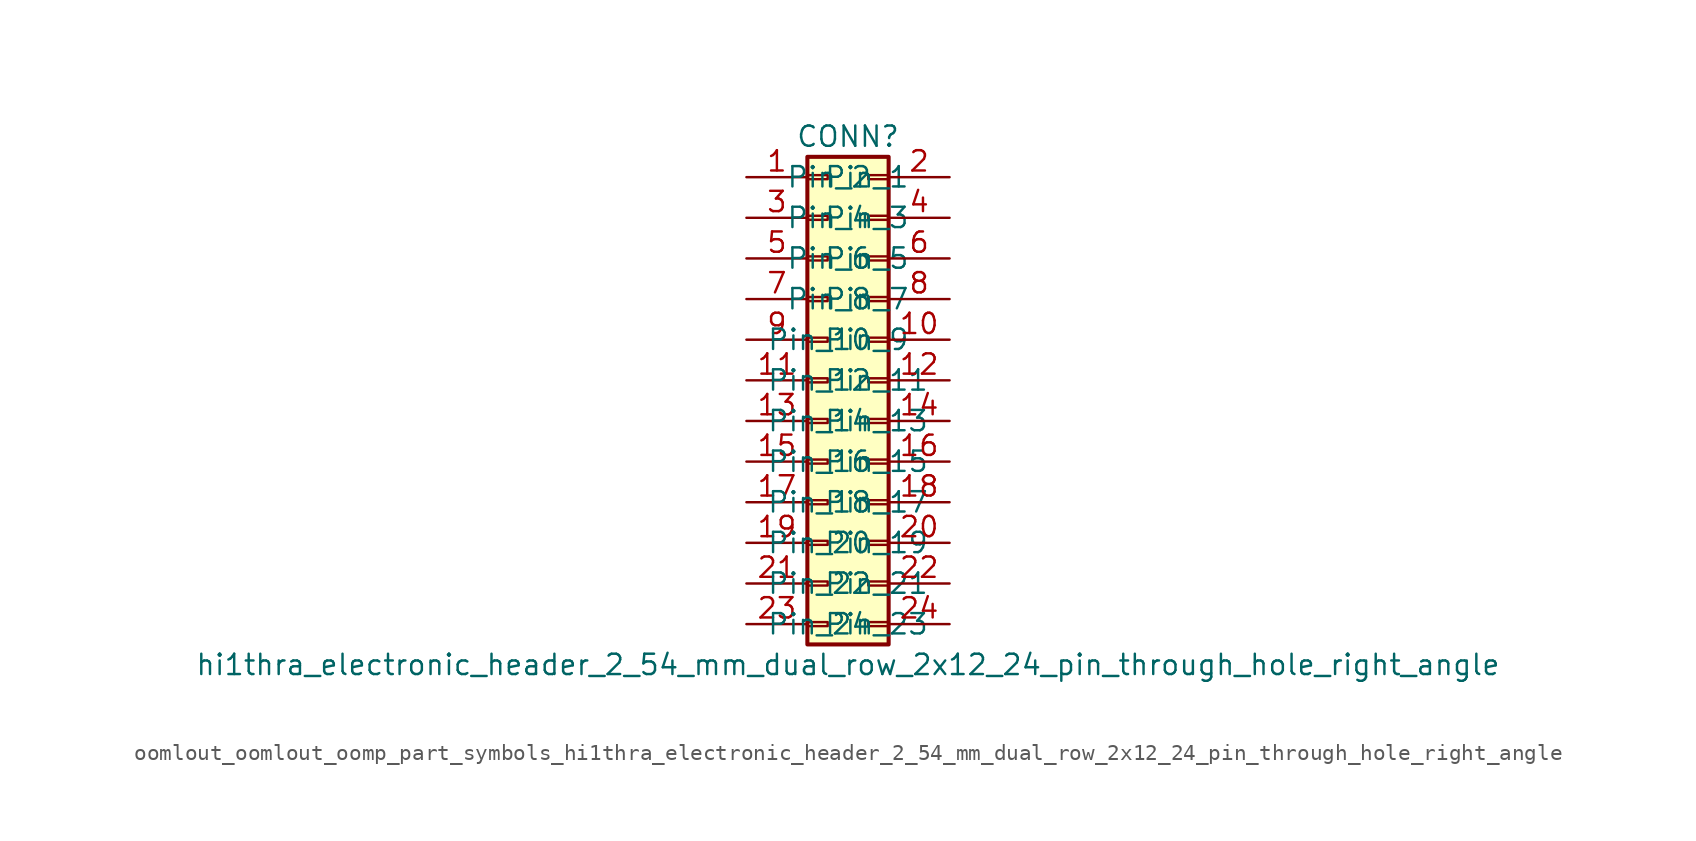
<source format=kicad_sym>
(kicad_symbol_lib
  (version 20220914)
  (generator kicad_symbol_editor)
  (symbol "oomlout_oomlout_oomp_part_symbols_hi1thra_electronic_header_2_54_mm_dual_row_2x12_24_pin_through_hole_right_angle"
    (pin_names
      (offset 1.016))
    (property "Reference" "CONN"
      (at 1.27 15.24 0)
      (effects (font (size 1.27 1.27))))
    (property "Value" "hi1thra_electronic_header_2_54_mm_dual_row_2x12_24_pin_through_hole_right_angle"
      (at 1.27 -17.78 0)
      (effects (font (size 1.27 1.27))))
    (symbol "oomlout_oomlout_oomp_part_symbols_hi1thra_electronic_header_2_54_mm_dual_row_2x12_24_pin_through_hole_right_angle_1_1"
      (rectangle (start -1.27 -15.113) (end 0 -15.367) (stroke (width 0.152) (type default)) (fill (type none)))
      (rectangle (start -1.27 -12.573) (end 0 -12.827) (stroke (width 0.152) (type default)) (fill (type none)))
      (rectangle (start -1.27 -10.033) (end 0 -10.287) (stroke (width 0.152) (type default)) (fill (type none)))
      (rectangle (start -1.27 -7.493) (end 0 -7.747) (stroke (width 0.152) (type default)) (fill (type none)))
      (rectangle (start -1.27 -4.953) (end 0 -5.207) (stroke (width 0.152) (type default)) (fill (type none)))
      (rectangle (start -1.27 -2.413) (end 0 -2.667) (stroke (width 0.152) (type default)) (fill (type none)))
      (rectangle (start -1.27 0.127) (end 0 -0.127) (stroke (width 0.152) (type default)) (fill (type none)))
      (rectangle (start -1.27 2.667) (end 0 2.413) (stroke (width 0.152) (type default)) (fill (type none)))
      (rectangle (start -1.27 5.207) (end 0 4.953) (stroke (width 0.152) (type default)) (fill (type none)))
      (rectangle (start -1.27 7.747) (end 0 7.493) (stroke (width 0.152) (type default)) (fill (type none)))
      (rectangle (start -1.27 10.287) (end 0 10.033) (stroke (width 0.152) (type default)) (fill (type none)))
      (rectangle (start -1.27 12.827) (end 0 12.573) (stroke (width 0.152) (type default)) (fill (type none)))
      (rectangle (start -1.27 13.97) (end 3.81 -16.51) (stroke (width 0.254) (type default)) (fill (type background)))
      (rectangle (start 3.81 -15.113) (end 2.54 -15.367) (stroke (width 0.152) (type default)) (fill (type none)))
      (rectangle (start 3.81 -12.573) (end 2.54 -12.827) (stroke (width 0.152) (type default)) (fill (type none)))
      (rectangle (start 3.81 -10.033) (end 2.54 -10.287) (stroke (width 0.152) (type default)) (fill (type none)))
      (rectangle (start 3.81 -7.493) (end 2.54 -7.747) (stroke (width 0.152) (type default)) (fill (type none)))
      (rectangle (start 3.81 -4.953) (end 2.54 -5.207) (stroke (width 0.152) (type default)) (fill (type none)))
      (rectangle (start 3.81 -2.413) (end 2.54 -2.667) (stroke (width 0.152) (type default)) (fill (type none)))
      (rectangle (start 3.81 0.127) (end 2.54 -0.127) (stroke (width 0.152) (type default)) (fill (type none)))
      (rectangle (start 3.81 2.667) (end 2.54 2.413) (stroke (width 0.152) (type default)) (fill (type none)))
      (rectangle (start 3.81 5.207) (end 2.54 4.953) (stroke (width 0.152) (type default)) (fill (type none)))
      (rectangle (start 3.81 7.747) (end 2.54 7.493) (stroke (width 0.152) (type default)) (fill (type none)))
      (rectangle (start 3.81 10.287) (end 2.54 10.033) (stroke (width 0.152) (type default)) (fill (type none)))
      (rectangle (start 3.81 12.827) (end 2.54 12.573) (stroke (width 0.152) (type default)) (fill (type none)))
      (pin passive line (at -5.08 12.7 0) (length 3.81) (name "Pin_1" (effects (font (size 1.27 1.27)))) (number "1" (effects (font (size 1.27 1.27)))))
      (pin passive line (at 7.62 2.54 180) (length 3.81) (name "Pin_10" (effects (font (size 1.27 1.27)))) (number "10" (effects (font (size 1.27 1.27)))))
      (pin passive line (at -5.08 0 0) (length 3.81) (name "Pin_11" (effects (font (size 1.27 1.27)))) (number "11" (effects (font (size 1.27 1.27)))))
      (pin passive line (at 7.62 0 180) (length 3.81) (name "Pin_12" (effects (font (size 1.27 1.27)))) (number "12" (effects (font (size 1.27 1.27)))))
      (pin passive line (at -5.08 -2.54 0) (length 3.81) (name "Pin_13" (effects (font (size 1.27 1.27)))) (number "13" (effects (font (size 1.27 1.27)))))
      (pin passive line (at 7.62 -2.54 180) (length 3.81) (name "Pin_14" (effects (font (size 1.27 1.27)))) (number "14" (effects (font (size 1.27 1.27)))))
      (pin passive line (at -5.08 -5.08 0) (length 3.81) (name "Pin_15" (effects (font (size 1.27 1.27)))) (number "15" (effects (font (size 1.27 1.27)))))
      (pin passive line (at 7.62 -5.08 180) (length 3.81) (name "Pin_16" (effects (font (size 1.27 1.27)))) (number "16" (effects (font (size 1.27 1.27)))))
      (pin passive line (at -5.08 -7.62 0) (length 3.81) (name "Pin_17" (effects (font (size 1.27 1.27)))) (number "17" (effects (font (size 1.27 1.27)))))
      (pin passive line (at 7.62 -7.62 180) (length 3.81) (name "Pin_18" (effects (font (size 1.27 1.27)))) (number "18" (effects (font (size 1.27 1.27)))))
      (pin passive line (at -5.08 -10.16 0) (length 3.81) (name "Pin_19" (effects (font (size 1.27 1.27)))) (number "19" (effects (font (size 1.27 1.27)))))
      (pin passive line (at 7.62 12.7 180) (length 3.81) (name "Pin_2" (effects (font (size 1.27 1.27)))) (number "2" (effects (font (size 1.27 1.27)))))
      (pin passive line (at 7.62 -10.16 180) (length 3.81) (name "Pin_20" (effects (font (size 1.27 1.27)))) (number "20" (effects (font (size 1.27 1.27)))))
      (pin passive line (at -5.08 -12.7 0) (length 3.81) (name "Pin_21" (effects (font (size 1.27 1.27)))) (number "21" (effects (font (size 1.27 1.27)))))
      (pin passive line (at 7.62 -12.7 180) (length 3.81) (name "Pin_22" (effects (font (size 1.27 1.27)))) (number "22" (effects (font (size 1.27 1.27)))))
      (pin passive line (at -5.08 -15.24 0) (length 3.81) (name "Pin_23" (effects (font (size 1.27 1.27)))) (number "23" (effects (font (size 1.27 1.27)))))
      (pin passive line (at 7.62 -15.24 180) (length 3.81) (name "Pin_24" (effects (font (size 1.27 1.27)))) (number "24" (effects (font (size 1.27 1.27)))))
      (pin passive line (at -5.08 10.16 0) (length 3.81) (name "Pin_3" (effects (font (size 1.27 1.27)))) (number "3" (effects (font (size 1.27 1.27)))))
      (pin passive line (at 7.62 10.16 180) (length 3.81) (name "Pin_4" (effects (font (size 1.27 1.27)))) (number "4" (effects (font (size 1.27 1.27)))))
      (pin passive line (at -5.08 7.62 0) (length 3.81) (name "Pin_5" (effects (font (size 1.27 1.27)))) (number "5" (effects (font (size 1.27 1.27)))))
      (pin passive line (at 7.62 7.62 180) (length 3.81) (name "Pin_6" (effects (font (size 1.27 1.27)))) (number "6" (effects (font (size 1.27 1.27)))))
      (pin passive line (at -5.08 5.08 0) (length 3.81) (name "Pin_7" (effects (font (size 1.27 1.27)))) (number "7" (effects (font (size 1.27 1.27)))))
      (pin passive line (at 7.62 5.08 180) (length 3.81) (name "Pin_8" (effects (font (size 1.27 1.27)))) (number "8" (effects (font (size 1.27 1.27)))))
      (pin passive line (at -5.08 2.54 0) (length 3.81) (name "Pin_9" (effects (font (size 1.27 1.27)))) (number "9" (effects (font (size 1.27 1.27))))))))
</source>
